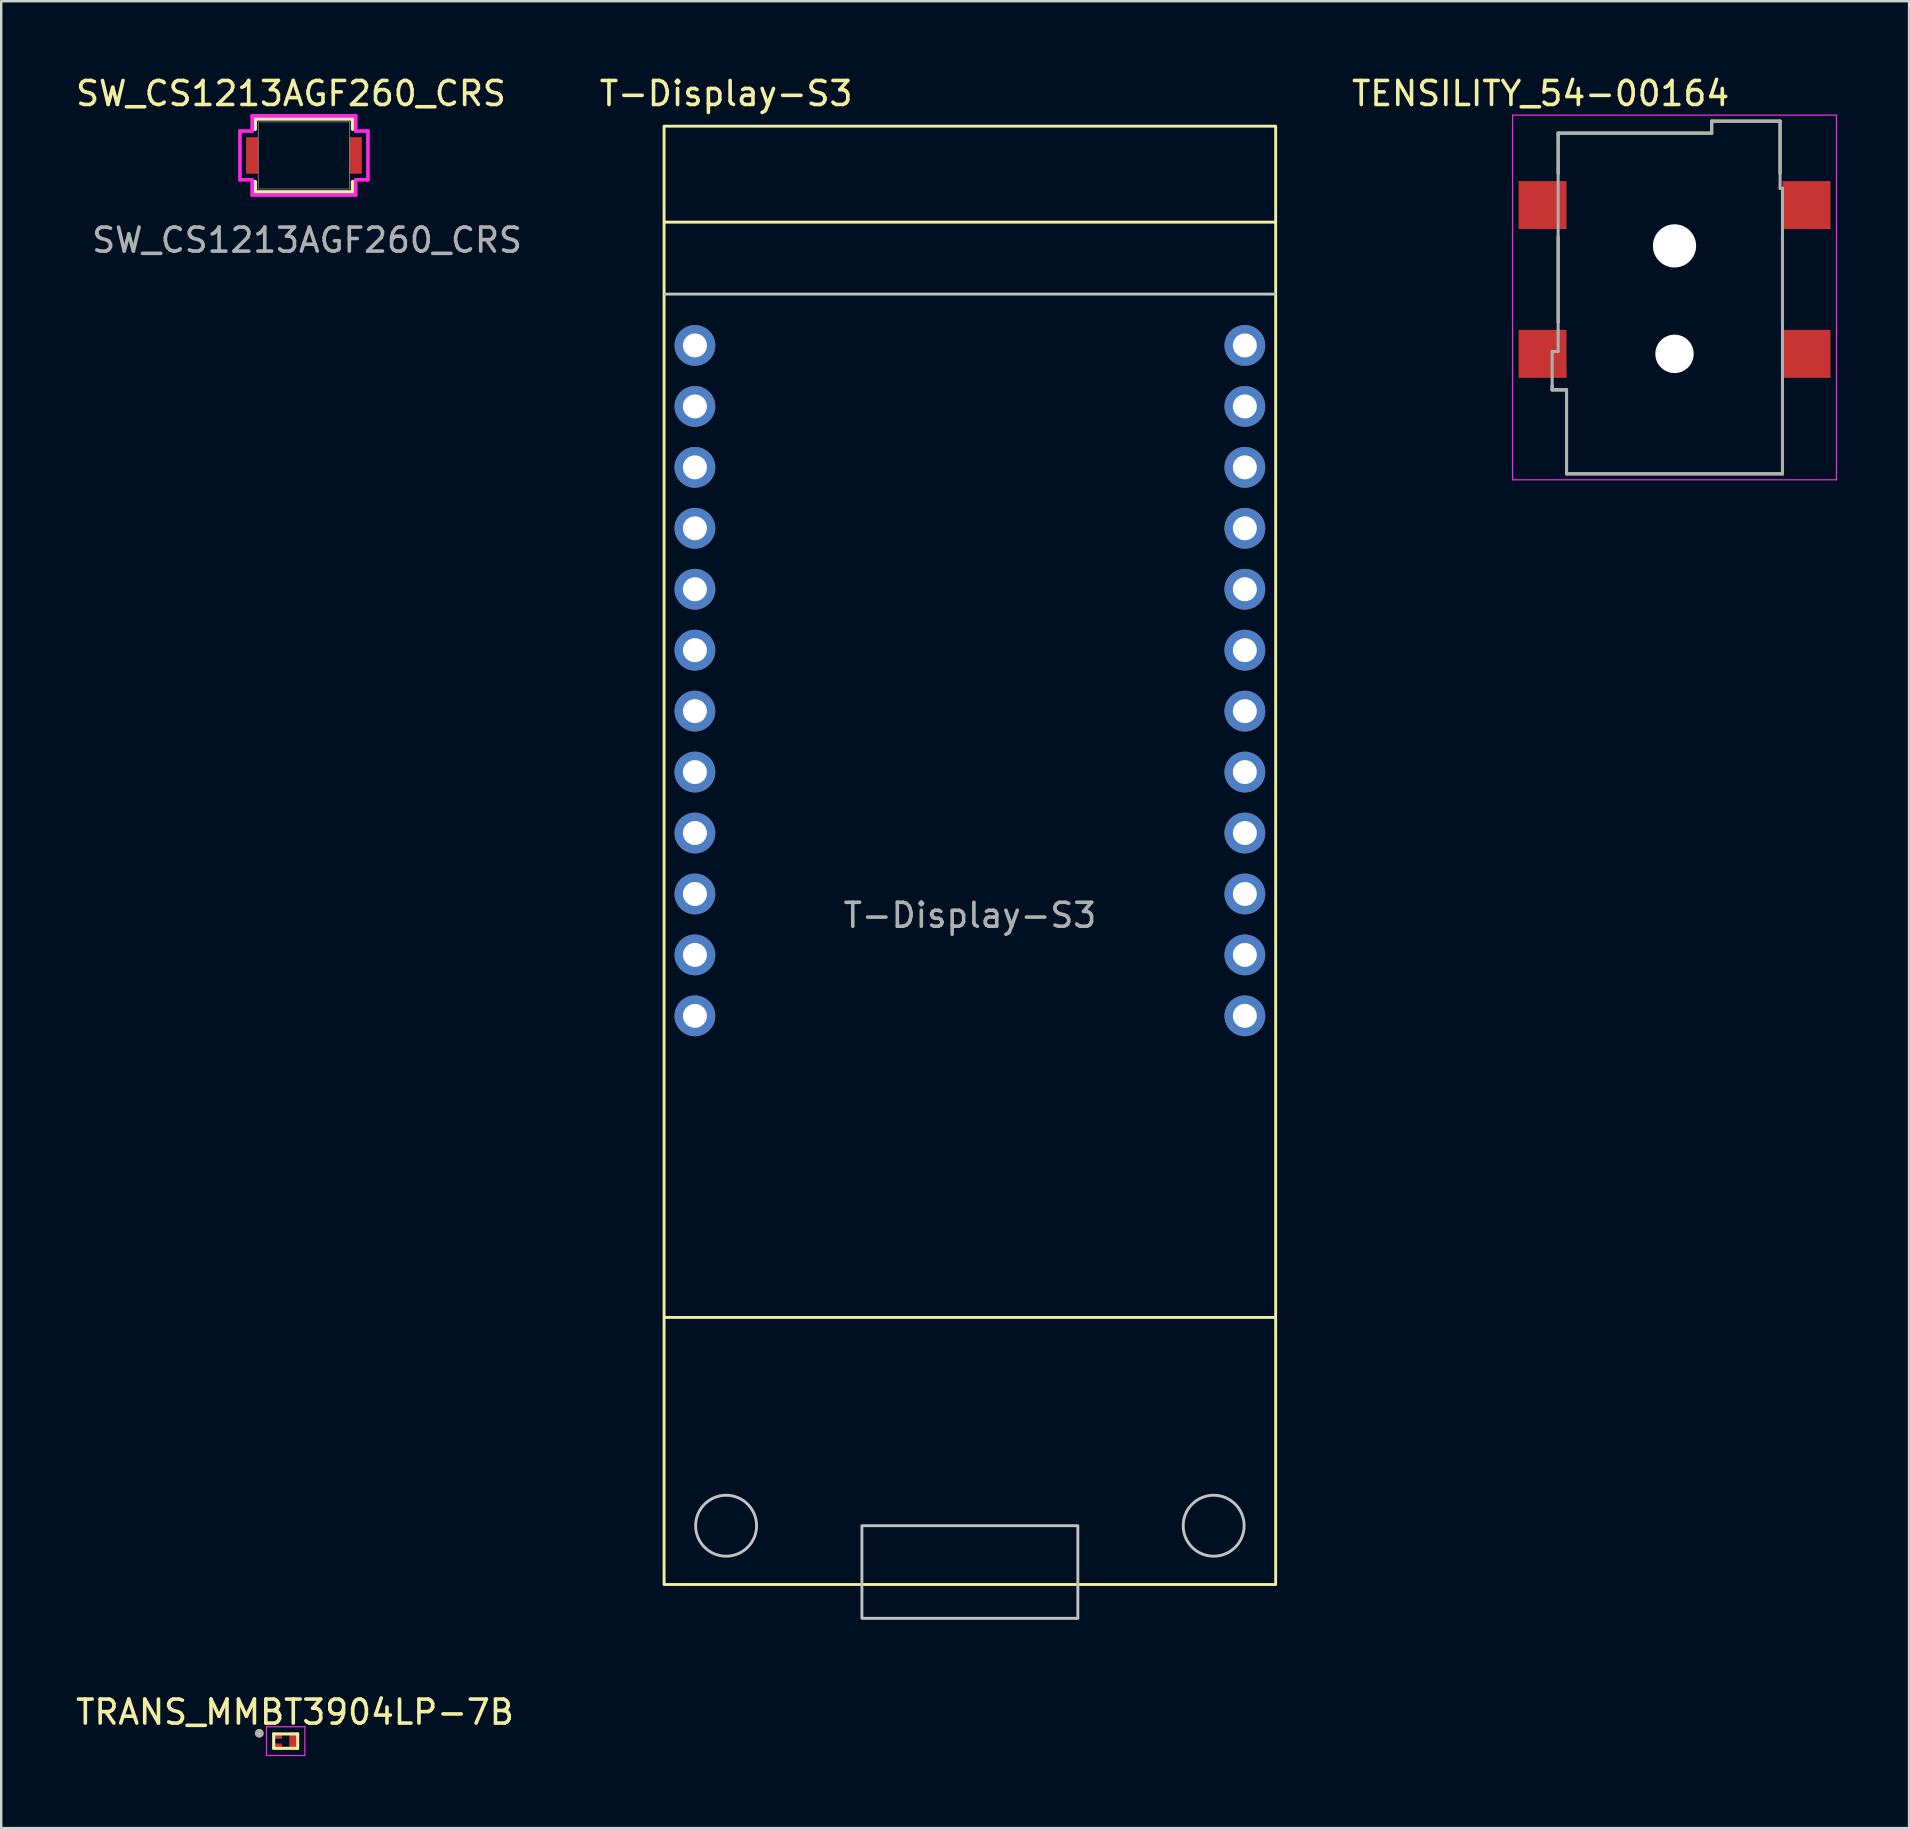
<source format=kicad_pcb>
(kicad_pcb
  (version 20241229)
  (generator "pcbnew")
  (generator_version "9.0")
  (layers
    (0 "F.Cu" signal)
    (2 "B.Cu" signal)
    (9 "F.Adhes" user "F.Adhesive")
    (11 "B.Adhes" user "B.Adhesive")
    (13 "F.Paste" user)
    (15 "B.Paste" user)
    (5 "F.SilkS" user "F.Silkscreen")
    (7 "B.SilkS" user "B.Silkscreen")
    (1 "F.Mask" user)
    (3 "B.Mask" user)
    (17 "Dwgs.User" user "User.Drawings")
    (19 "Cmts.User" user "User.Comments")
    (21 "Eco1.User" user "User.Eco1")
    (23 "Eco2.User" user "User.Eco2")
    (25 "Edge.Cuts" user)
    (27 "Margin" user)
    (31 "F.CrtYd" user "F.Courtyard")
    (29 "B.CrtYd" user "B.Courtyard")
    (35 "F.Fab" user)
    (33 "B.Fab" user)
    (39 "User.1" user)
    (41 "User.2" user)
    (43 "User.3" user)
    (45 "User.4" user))
  (footprint "T-Display-S3"
    (layer "F.Cu")
    (at 37.372 32.598)
    (property "Reference" "T-Display-S3" (at -10.16 -31.75 0) (unlocked yes) (layer "F.SilkS") (effects (font (size 1 1) (thickness 0.15))))
    (attr through_hole)
    (fp_line (start -12.7 -26.39) (end 12.7 -26.39) (stroke (width 0.12) (type default)) (layer "F.SilkS"))
    (fp_line (start -12.7 19.26) (end 12.7 19.26) (stroke (width 0.12) (type default)) (layer "F.SilkS"))
    (fp_rect (start -12.745 -30.39) (end 12.745 30.39) (stroke (width 0.12) (type default)) (fill no) (layer "F.SilkS"))
    (fp_line (start -12.7 -23.39) (end 12.7 -23.39) (stroke (width 0.12) (type default)) (layer "Dwgs.User"))
    (fp_rect (start -4.5 27.94) (end 4.5 31.8) (stroke (width 0.12) (type default)) (fill no) (layer "Dwgs.User"))
    (fp_circle (center -10.16 27.94) (end -8.89 27.94) (stroke (width 0.12) (type default)) (fill no) (layer "Dwgs.User"))
    (fp_circle (center 10.16 27.94) (end 11.43 27.94) (stroke (width 0.12) (type default)) (fill no) (layer "Dwgs.User"))
    (fp_text user "${REFERENCE}" (at 0 2.5 0) (unlocked yes) (layer "F.Fab") (effects (font (size 1 1) (thickness 0.15))))
    (pad "1" thru_hole circle (at 11.46 -21.25) (size 1.7 1.7) (drill 1) (layers "*.Cu" "*.Mask"))
    (pad "2" thru_hole circle (at 11.46 -18.71) (size 1.7 1.7) (drill 1) (layers "*.Cu" "*.Mask"))
    (pad "3" thru_hole circle (at 11.46 -16.17) (size 1.7 1.7) (drill 1) (layers "*.Cu" "*.Mask"))
    (pad "4" thru_hole circle (at 11.46 -13.63) (size 1.7 1.7) (drill 1) (layers "*.Cu" "*.Mask"))
    (pad "5" thru_hole circle (at 11.46 -11.09) (size 1.7 1.7) (drill 1) (layers "*.Cu" "*.Mask"))
    (pad "6" thru_hole circle (at 11.46 -8.55) (size 1.7 1.7) (drill 1) (layers "*.Cu" "*.Mask"))
    (pad "7" thru_hole circle (at 11.46 -6.01) (size 1.7 1.7) (drill 1) (layers "*.Cu" "*.Mask"))
    (pad "8" thru_hole circle (at 11.46 -3.47) (size 1.7 1.7) (drill 1) (layers "*.Cu" "*.Mask"))
    (pad "9" thru_hole circle (at 11.46 -0.93) (size 1.7 1.7) (drill 1) (layers "*.Cu" "*.Mask"))
    (pad "10" thru_hole circle (at 11.46 1.61) (size 1.7 1.7) (drill 1) (layers "*.Cu" "*.Mask"))
    (pad "11" thru_hole circle (at 11.46 4.15) (size 1.7 1.7) (drill 1) (layers "*.Cu" "*.Mask"))
    (pad "12" thru_hole circle (at 11.46 6.69) (size 1.7 1.7) (drill 1) (layers "*.Cu" "*.Mask"))
    (pad "13" thru_hole circle (at -11.46 6.69) (size 1.7 1.7) (drill 1) (layers "*.Cu" "*.Mask"))
    (pad "14" thru_hole circle (at -11.46 4.15) (size 1.7 1.7) (drill 1) (layers "*.Cu" "*.Mask"))
    (pad "15" thru_hole circle (at -11.46 1.61) (size 1.7 1.7) (drill 1) (layers "*.Cu" "*.Mask"))
    (pad "16" thru_hole circle (at -11.46 -0.93) (size 1.7 1.7) (drill 1) (layers "*.Cu" "*.Mask"))
    (pad "17" thru_hole circle (at -11.46 -3.47) (size 1.7 1.7) (drill 1) (layers "*.Cu" "*.Mask"))
    (pad "18" thru_hole circle (at -11.46 -6.01) (size 1.7 1.7) (drill 1) (layers "*.Cu" "*.Mask"))
    (pad "19" thru_hole circle (at -11.46 -8.55) (size 1.7 1.7) (drill 1) (layers "*.Cu" "*.Mask"))
    (pad "20" thru_hole circle (at -11.46 -11.09) (size 1.7 1.7) (drill 1) (layers "*.Cu" "*.Mask"))
    (pad "21" thru_hole circle (at -11.46 -13.63) (size 1.7 1.7) (drill 1) (layers "*.Cu" "*.Mask"))
    (pad "22" thru_hole circle (at -11.46 -16.17) (size 1.7 1.7) (drill 1) (layers "*.Cu" "*.Mask"))
    (pad "23" thru_hole circle (at -11.46 -18.71) (size 1.7 1.7) (drill 1) (layers "*.Cu" "*.Mask"))
    (pad "24" thru_hole circle (at -11.46 -21.25) (size 1.7 1.7) (drill 1) (layers "*.Cu" "*.Mask")))
  (footprint "TENSILITY_54-00164"
    (layer "F.Cu")
    (at 66.739 9.448)
    (property "Reference" "TENSILITY_54-00164" (at -5.58 -8.6 0) (layer "F.SilkS") (effects (font (size 1 1) (thickness 0.15))))
    (attr smd)
    (fp_line (start -5.1 3.75) (end -5.1 3.57) (stroke (width 0.127) (type solid)) (layer "F.SilkS"))
    (fp_line (start -5.1 3.75) (end -4.5 3.75) (stroke (width 0.127) (type solid)) (layer "F.SilkS"))
    (fp_line (start -4.85 -6.95) (end 1.55 -6.95) (stroke (width 0.127) (type solid)) (layer "F.SilkS"))
    (fp_line (start -4.85 -5.27) (end -4.85 -6.95) (stroke (width 0.127) (type solid)) (layer "F.SilkS"))
    (fp_line (start -4.85 -2.63) (end -4.85 0.93) (stroke (width 0.127) (type solid)) (layer "F.SilkS"))
    (fp_line (start -4.5 7.25) (end -4.5 3.75) (stroke (width 0.127) (type solid)) (layer "F.SilkS"))
    (fp_line (start -4.5 7.25) (end 4.5 7.25) (stroke (width 0.127) (type solid)) (layer "F.SilkS"))
    (fp_line (start 1.55 -7.45) (end 1.55 -6.95) (stroke (width 0.127) (type solid)) (layer "F.SilkS"))
    (fp_line (start 1.55 -7.45) (end 4.4 -7.45) (stroke (width 0.127) (type solid)) (layer "F.SilkS"))
    (fp_line (start 4.4 -7.45) (end 4.4 -5.27) (stroke (width 0.127) (type solid)) (layer "F.SilkS"))
    (fp_line (start 4.5 -2.63) (end 4.5 0.93) (stroke (width 0.127) (type solid)) (layer "F.SilkS"))
    (fp_line (start 4.5 7.25) (end 4.5 3.57) (stroke (width 0.127) (type solid)) (layer "F.SilkS"))
    (fp_line (start -6.75 -7.7) (end -6.75 7.5) (stroke (width 0.05) (type solid)) (layer "F.CrtYd"))
    (fp_line (start -6.75 7.5) (end 6.75 7.5) (stroke (width 0.05) (type solid)) (layer "F.CrtYd"))
    (fp_line (start 6.75 -7.7) (end -6.75 -7.7) (stroke (width 0.05) (type solid)) (layer "F.CrtYd"))
    (fp_line (start 6.75 7.5) (end 6.75 -7.7) (stroke (width 0.05) (type solid)) (layer "F.CrtYd"))
    (fp_line (start -5.1 2.15) (end -5.1 3.75) (stroke (width 0.127) (type solid)) (layer "F.Fab"))
    (fp_line (start -5.1 2.15) (end -4.85 2.15) (stroke (width 0.127) (type solid)) (layer "F.Fab"))
    (fp_line (start -5.1 3.75) (end -4.5 3.75) (stroke (width 0.127) (type solid)) (layer "F.Fab"))
    (fp_line (start -4.85 -6.95) (end 1.55 -6.95) (stroke (width 0.127) (type solid)) (layer "F.Fab"))
    (fp_line (start -4.85 2.15) (end -4.85 -6.95) (stroke (width 0.127) (type solid)) (layer "F.Fab"))
    (fp_line (start -4.5 7.25) (end -4.5 3.75) (stroke (width 0.127) (type solid)) (layer "F.Fab"))
    (fp_line (start -4.5 7.25) (end 4.5 7.25) (stroke (width 0.127) (type solid)) (layer "F.Fab"))
    (fp_line (start 1.55 -7.45) (end 1.55 -6.95) (stroke (width 0.127) (type solid)) (layer "F.Fab"))
    (fp_line (start 1.55 -7.45) (end 4.4 -7.45) (stroke (width 0.127) (type solid)) (layer "F.Fab"))
    (fp_line (start 4.4 -7.45) (end 4.4 -4.65) (stroke (width 0.127) (type solid)) (layer "F.Fab"))
    (fp_line (start 4.4 -4.65) (end 4.5 -4.65) (stroke (width 0.127) (type solid)) (layer "F.Fab"))
    (fp_line (start 4.5 7.25) (end 4.5 -4.65) (stroke (width 0.127) (type solid)) (layer "F.Fab"))
    (pad "" np_thru_hole circle (at 0 -2.25) (size 1.8 1.8) (drill 1.8) (layers "*.Cu" "*.Mask"))
    (pad "" np_thru_hole circle (at 0 2.25) (size 1.6 1.6) (drill 1.6) (layers "*.Cu" "*.Mask"))
    (pad "1" smd rect (at -5.5 -3.95) (size 2 2) (layers "F.Cu" "F.Mask" "F.Paste"))
    (pad "1" smd rect (at -5.5 2.25) (size 2 2) (layers "F.Cu" "F.Mask" "F.Paste"))
    (pad "2" smd rect (at 5.5 2.25) (size 2 2) (layers "F.Cu" "F.Mask" "F.Paste"))
    (pad "3" smd rect (at 5.5 -3.95) (size 2 2) (layers "F.Cu" "F.Mask" "F.Paste")))
  (footprint "TRANS_MMBT3904LP-7B"
    (layer "F.Cu")
    (at 8.856 69.515)
    (property "Reference" "TRANS_MMBT3904LP-7B" (at 0.388 -1.208 0) (layer "F.SilkS") (effects (font (size 1 1) (thickness 0.15))))
    (attr smd)
    (fp_line (start -0.5 -0.3) (end 0.5 -0.3) (stroke (width 0.127) (type solid)) (layer "F.SilkS"))
    (fp_line (start -0.5 0.3) (end -0.5 -0.3) (stroke (width 0.127) (type solid)) (layer "F.SilkS"))
    (fp_line (start -0.5 0.3) (end 0.5 0.3) (stroke (width 0.127) (type solid)) (layer "F.SilkS"))
    (fp_line (start 0.5 -0.3) (end 0.5 0.3) (stroke (width 0.127) (type solid)) (layer "F.SilkS"))
    (fp_circle (center -1.1 -0.327) (end -1 -0.327) (stroke (width 0.15) (type solid)) (fill yes) (layer "F.SilkS"))
    (fp_line (start -0.8 -0.6) (end 0.8 -0.6) (stroke (width 0.05) (type solid)) (layer "F.CrtYd"))
    (fp_line (start -0.8 0.6) (end -0.8 -0.6) (stroke (width 0.05) (type solid)) (layer "F.CrtYd"))
    (fp_line (start 0.8 -0.6) (end 0.8 0.6) (stroke (width 0.05) (type solid)) (layer "F.CrtYd"))
    (fp_line (start 0.8 0.6) (end -0.8 0.6) (stroke (width 0.05) (type solid)) (layer "F.CrtYd"))
    (fp_circle (center -1.1 -0.327) (end -1 -0.327) (stroke (width 0.15) (type solid)) (fill no) (layer "F.Fab"))
    (pad "1" smd rect (at -0.35 -0.225) (size 0.4 0.25) (layers "F.Cu" "F.Mask" "F.Paste"))
    (pad "2" smd rect (at -0.35 0.225) (size 0.4 0.25) (layers "F.Cu" "F.Mask" "F.Paste"))
    (pad "3" smd rect (at 0.35 0) (size 0.4 0.7) (layers "F.Cu" "F.Mask" "F.Paste")))
  (footprint "SW_CS1213AGF260_CRS"
    (layer "F.Cu")
    (at 9.617 3.428)
    (property "Reference" "SW_CS1213AGF260_CRS" (at -0.54 -2.58 0) (unlocked yes) (layer "F.SilkS") (effects (font (size 1 1) (thickness 0.15))))
    (attr smd)
    (fp_line (start -2.032 -1.524) (end -2.032 -1.095) (stroke (width 0.152) (type solid)) (layer "F.SilkS"))
    (fp_line (start -2.032 1.095) (end -2.032 1.524) (stroke (width 0.152) (type solid)) (layer "F.SilkS"))
    (fp_line (start -2.032 1.524) (end 2.032 1.524) (stroke (width 0.152) (type solid)) (layer "F.SilkS"))
    (fp_line (start 2.032 -1.524) (end -2.032 -1.524) (stroke (width 0.152) (type solid)) (layer "F.SilkS"))
    (fp_line (start 2.032 -1.095) (end 2.032 -1.524) (stroke (width 0.152) (type solid)) (layer "F.SilkS"))
    (fp_line (start 2.032 1.524) (end 2.032 1.095) (stroke (width 0.152) (type solid)) (layer "F.SilkS"))
    (fp_line (start -2.667 -1.016) (end -2.159 -1.016) (stroke (width 0.152) (type solid)) (layer "F.CrtYd"))
    (fp_line (start -2.667 1.016) (end -2.667 -1.016) (stroke (width 0.152) (type solid)) (layer "F.CrtYd"))
    (fp_line (start -2.667 1.016) (end -2.159 1.016) (stroke (width 0.152) (type solid)) (layer "F.CrtYd"))
    (fp_line (start -2.159 -1.651) (end 2.159 -1.651) (stroke (width 0.152) (type solid)) (layer "F.CrtYd"))
    (fp_line (start -2.159 -1.016) (end -2.159 -1.651) (stroke (width 0.152) (type solid)) (layer "F.CrtYd"))
    (fp_line (start -2.159 1.651) (end -2.159 1.016) (stroke (width 0.152) (type solid)) (layer "F.CrtYd"))
    (fp_line (start 2.159 -1.651) (end 2.159 -1.016) (stroke (width 0.152) (type solid)) (layer "F.CrtYd"))
    (fp_line (start 2.159 1.016) (end 2.159 1.651) (stroke (width 0.152) (type solid)) (layer "F.CrtYd"))
    (fp_line (start 2.159 1.651) (end -2.159 1.651) (stroke (width 0.152) (type solid)) (layer "F.CrtYd"))
    (fp_line (start 2.667 -1.016) (end 2.159 -1.016) (stroke (width 0.152) (type solid)) (layer "F.CrtYd"))
    (fp_line (start 2.667 -1.016) (end 2.667 1.016) (stroke (width 0.152) (type solid)) (layer "F.CrtYd"))
    (fp_line (start 2.667 1.016) (end 2.159 1.016) (stroke (width 0.152) (type solid)) (layer "F.CrtYd"))
    (fp_line (start -1.905 -1.397) (end -1.905 1.397) (stroke (width 0.025) (type solid)) (layer "F.Fab"))
    (fp_line (start -1.905 1.397) (end 1.905 1.397) (stroke (width 0.025) (type solid)) (layer "F.Fab"))
    (fp_line (start 1.905 -1.397) (end -1.905 -1.397) (stroke (width 0.025) (type solid)) (layer "F.Fab"))
    (fp_line (start 1.905 1.397) (end 1.905 -1.397) (stroke (width 0.025) (type solid)) (layer "F.Fab"))
    (fp_text user "${REFERENCE}" (at 0.13 3.53 0) (unlocked yes) (layer "F.Fab") (effects (font (size 1 1) (thickness 0.15))))
    (pad "1" smd rect (at -2.159 0) (size 0.508 1.524) (layers "F.Cu" "F.Mask" "F.Paste"))
    (pad "2" smd rect (at 2.159 0) (size 0.508 1.524) (layers "F.Cu" "F.Mask" "F.Paste")))
  (gr_rect
    (start -3 -3)
    (end 76.514 73.14)
    (stroke (width 0.1) (type default))
    (fill no)
    (layer "Edge.Cuts")))
</source>
